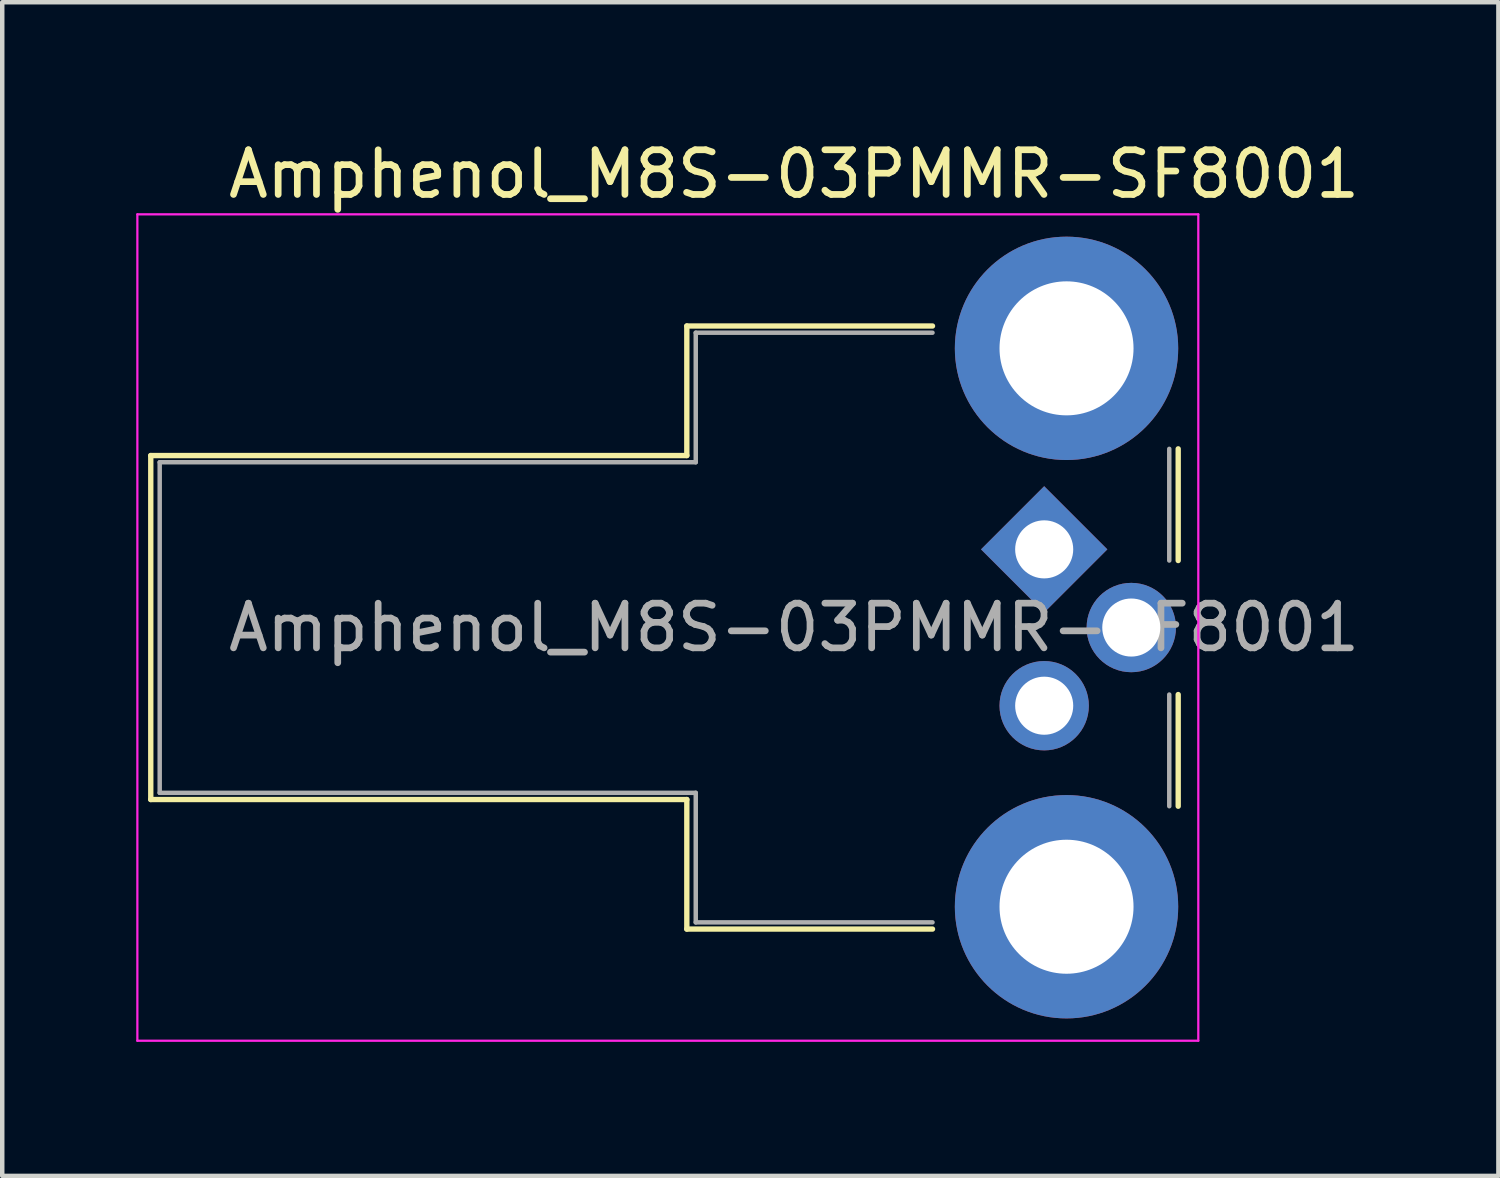
<source format=kicad_pcb>
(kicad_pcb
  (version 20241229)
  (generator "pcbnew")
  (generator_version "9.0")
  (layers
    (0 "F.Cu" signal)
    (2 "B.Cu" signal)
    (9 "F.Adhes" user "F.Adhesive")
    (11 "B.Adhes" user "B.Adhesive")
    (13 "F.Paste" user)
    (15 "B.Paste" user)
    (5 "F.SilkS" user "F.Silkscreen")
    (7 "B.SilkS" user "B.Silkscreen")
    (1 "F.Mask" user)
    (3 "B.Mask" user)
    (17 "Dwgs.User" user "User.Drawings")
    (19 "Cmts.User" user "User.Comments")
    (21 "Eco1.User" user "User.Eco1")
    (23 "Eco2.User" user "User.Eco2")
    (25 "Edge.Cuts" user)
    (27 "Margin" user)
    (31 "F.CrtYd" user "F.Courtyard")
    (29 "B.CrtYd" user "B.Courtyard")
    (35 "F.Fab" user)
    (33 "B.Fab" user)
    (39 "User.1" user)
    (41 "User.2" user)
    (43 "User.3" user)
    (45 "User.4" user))
  (footprint "Amphenol_M8S-03PMMR-SF8001"
    (layer "F.Cu")
    (at 20.325 9.248)
    (property "Reference" "Amphenol_M8S-03PMMR-SF8001" (at -5.6 -8.4 180) (layer "F.SilkS") (effects (font (size 1 1) (thickness 0.15))))
    (attr through_hole)
    (fp_line (start -20 -2.1) (end -8 -2.1) (stroke (width 0.12) (type solid)) (layer "F.SilkS"))
    (fp_line (start -20 5.6) (end -20 -2.1) (stroke (width 0.12) (type solid)) (layer "F.SilkS"))
    (fp_line (start -20 5.6) (end -8 5.6) (stroke (width 0.12) (type solid)) (layer "F.SilkS"))
    (fp_line (start -8 -5) (end -2.5 -5) (stroke (width 0.12) (type solid)) (layer "F.SilkS"))
    (fp_line (start -8 -2.1) (end -8 -5) (stroke (width 0.12) (type solid)) (layer "F.SilkS"))
    (fp_line (start -8 5.6) (end -8 8.5) (stroke (width 0.12) (type solid)) (layer "F.SilkS"))
    (fp_line (start -8 8.5) (end -2.5 8.5) (stroke (width 0.12) (type solid)) (layer "F.SilkS"))
    (fp_line (start 3 0.25) (end 3 -2.25) (stroke (width 0.12) (type solid)) (layer "F.SilkS"))
    (fp_line (start 3 5.75) (end 3 3.25) (stroke (width 0.12) (type solid)) (layer "F.SilkS"))
    (fp_line (start -20.3 -7.5) (end -20.3 11) (stroke (width 0.05) (type solid)) (layer "F.CrtYd"))
    (fp_line (start -20.3 11) (end 3.45 11) (stroke (width 0.05) (type solid)) (layer "F.CrtYd"))
    (fp_line (start 3.45 -7.5) (end -20.3 -7.5) (stroke (width 0.05) (type solid)) (layer "F.CrtYd"))
    (fp_line (start 3.45 11) (end 3.45 -7.5) (stroke (width 0.05) (type solid)) (layer "F.CrtYd"))
    (fp_line (start -19.8 -1.95) (end -7.8 -1.95) (stroke (width 0.1) (type solid)) (layer "F.Fab"))
    (fp_line (start -19.8 5.45) (end -19.8 -1.95) (stroke (width 0.1) (type solid)) (layer "F.Fab"))
    (fp_line (start -19.8 5.45) (end -7.8 5.45) (stroke (width 0.1) (type solid)) (layer "F.Fab"))
    (fp_line (start -7.8 -4.85) (end -2.5 -4.85) (stroke (width 0.1) (type solid)) (layer "F.Fab"))
    (fp_line (start -7.8 -1.95) (end -7.8 -4.85) (stroke (width 0.1) (type solid)) (layer "F.Fab"))
    (fp_line (start -7.8 5.45) (end -7.8 8.35) (stroke (width 0.1) (type solid)) (layer "F.Fab"))
    (fp_line (start -7.8 8.35) (end -2.5 8.35) (stroke (width 0.1) (type solid)) (layer "F.Fab"))
    (fp_line (start 2.8 0.25) (end 2.8 -2.25) (stroke (width 0.1) (type solid)) (layer "F.Fab"))
    (fp_line (start 2.8 5.75) (end 2.8 3.25) (stroke (width 0.1) (type solid)) (layer "F.Fab"))
    (fp_text user "${REFERENCE}" (at -5.6 1.75 180) (layer "F.Fab") (effects (font (size 1 1) (thickness 0.15))))
    (pad "1" thru_hole rect (at 0 0 135) (size 2 2) (drill 1.3) (layers "*.Cu" "*.Mask"))
    (pad "2" thru_hole circle (at 1.95 1.75 90) (size 2 2) (drill 1.3) (layers "*.Cu" "*.Mask"))
    (pad "3" thru_hole circle (at 0 3.5 90) (size 2 2) (drill 1.3) (layers "*.Cu" "*.Mask"))
    (pad "SH" thru_hole circle (at 0.5 -4.5 90) (size 5 5) (drill 3) (layers "*.Cu" "*.Mask"))
    (pad "SH" thru_hole circle (at 0.5 8 90) (size 5 5) (drill 3) (layers "*.Cu" "*.Mask")))
  (gr_rect
    (start -3 -3)
    (end 30.493 23.273)
    (stroke (width 0.1) (type default))
    (fill no)
    (layer "Edge.Cuts")))
</source>
